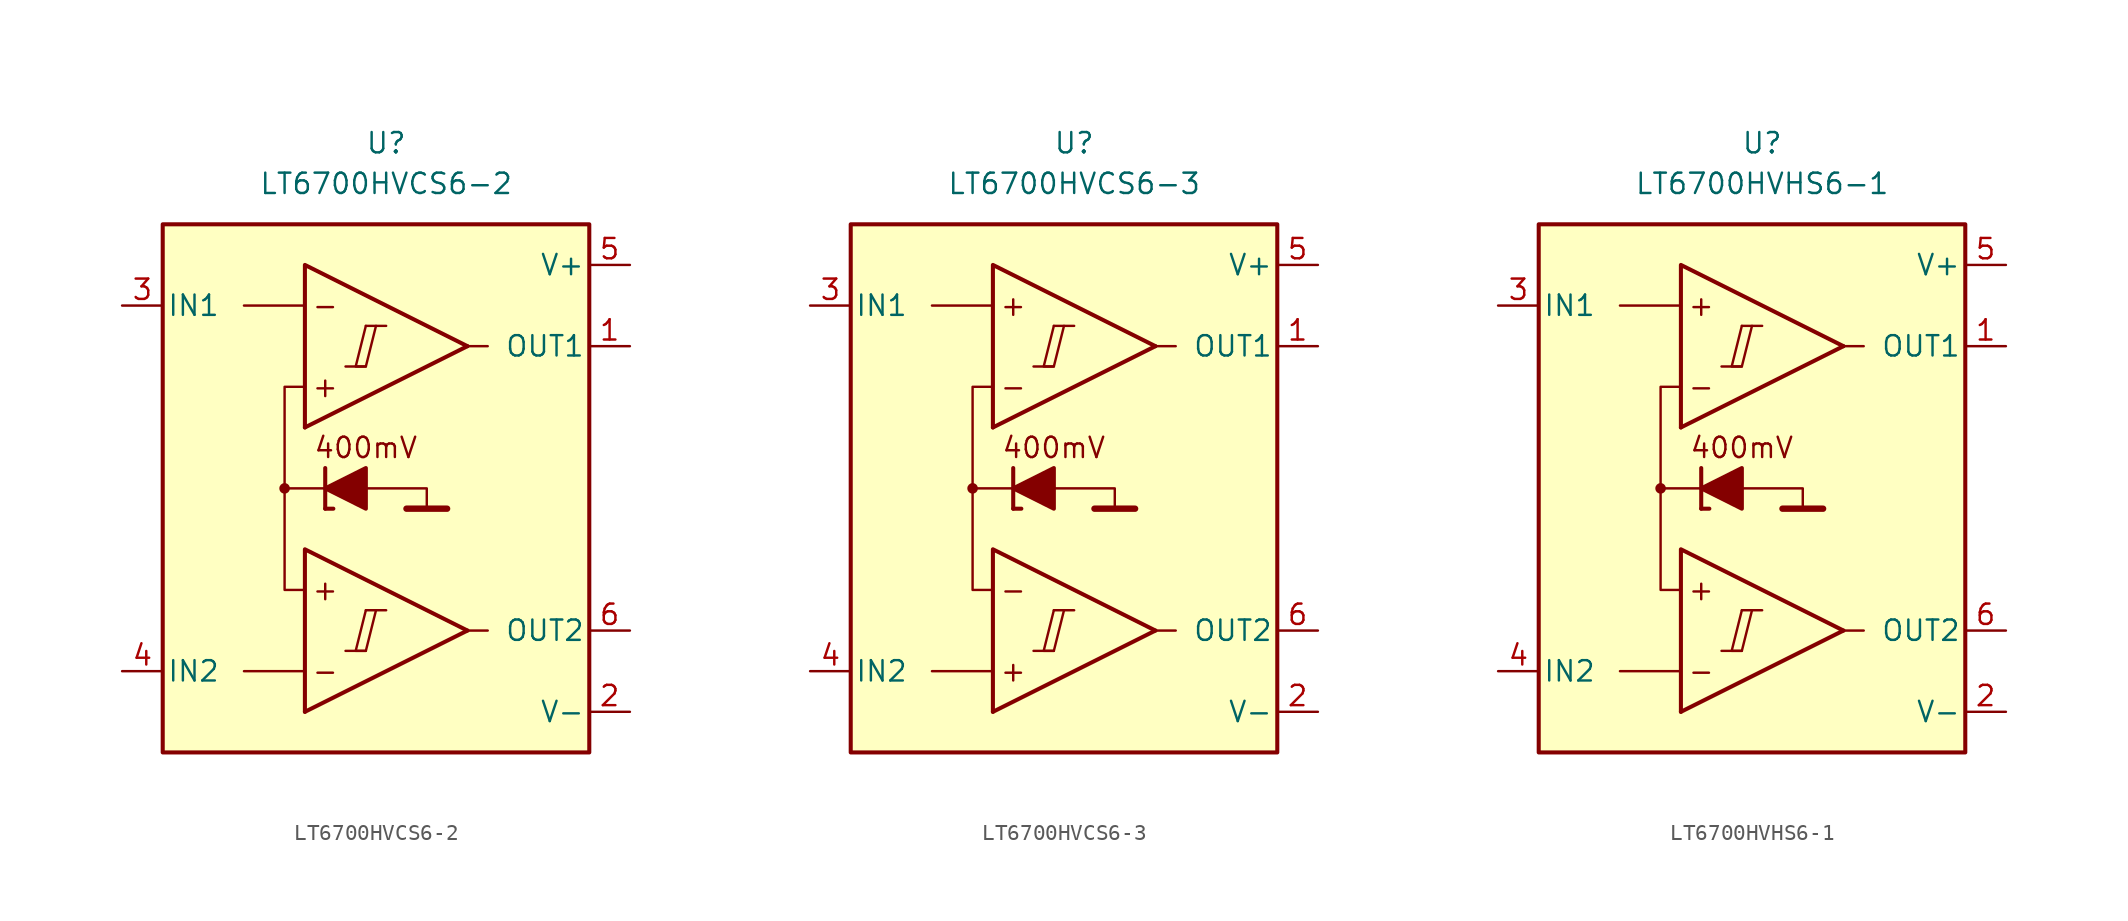
<source format=kicad_sym>
(kicad_symbol_lib
  (version 20231120)
  (generator "kicad_symbol_editor")
  (generator_version "8.0")
  (symbol "LT6700HVCS6-2"
    (pin_names
      (offset 0.254))
    (property "Reference" "U"
      (at 0 22.86 0)
      (effects (font (size 1.27 1.27))))
    (property "Value" "LT6700HVCS6-2"
      (at 0 20.32 0)
      (effects (font (size 1.27 1.27))))
    (symbol "LT6700HVCS6-2_0_0"
      (rectangle (start -13.97 17.78) (end 12.7 -15.24) (stroke (width 0.254) (type default)) (fill (type background)))
      (circle (center -6.35 1.27) (radius 0.254) (stroke (width 0.152) (type default)) (fill (type outline)))
      (polyline (pts (xy -2.54 -8.89) (xy -1.27 -8.89)) (stroke (width 0.152) (type default)) (fill (type none)))
      (polyline (pts (xy -2.54 8.89) (xy -1.27 8.89)) (stroke (width 0.152) (type default)) (fill (type none)))
      (polyline (pts (xy -1.27 -6.35) (xy 0 -6.35)) (stroke (width 0.152) (type default)) (fill (type none)))
      (polyline (pts (xy -1.27 11.43) (xy 0 11.43)) (stroke (width 0.152) (type default)) (fill (type none)))
      (polyline (pts (xy 5.08 -7.62) (xy -5.08 -12.7)) (stroke (width 0.254) (type default)) (fill (type none)))
      (polyline (pts (xy 5.08 10.16) (xy -5.08 5.08)) (stroke (width 0.254) (type default)) (fill (type none)))
      (polyline (pts (xy 5.08 -7.62) (xy -5.08 -2.54) (xy -5.08 -12.7)) (stroke (width 0.254) (type default)) (fill (type background)))
      (polyline (pts (xy 5.08 10.16) (xy -5.08 15.24) (xy -5.08 5.08)) (stroke (width 0.254) (type default)) (fill (type background)))
      (polyline (pts (xy -1.27 -6.35) (xy -1.905 -8.89) (xy -1.27 -8.89) (xy -0.635 -6.35)) (stroke (width 0.152) (type default)) (fill (type none)))
      (polyline (pts (xy -1.27 11.43) (xy -1.905 8.89) (xy -1.27 8.89) (xy -0.635 11.43)) (stroke (width 0.152) (type default)) (fill (type none)))
      (text "+" (at -3.81 -5.08 0) (effects (font (size 1.27 1.27))))
      (text "+" (at -3.81 7.62 0) (effects (font (size 1.27 1.27))))
      (text "-" (at -3.81 -10.16 0) (effects (font (size 1.27 1.27))))
      (text "-" (at -3.81 12.7 0) (effects (font (size 1.27 1.27)))))
    (symbol "LT6700HVCS6-2_0_1"
      (polyline (pts (xy -5.08 -10.16) (xy -8.89 -10.16)) (stroke (width 0) (type default)) (fill (type none)))
      (polyline (pts (xy -5.08 12.7) (xy -8.89 12.7)) (stroke (width 0) (type default)) (fill (type none)))
      (polyline (pts (xy -3.81 0) (xy -3.81 2.54)) (stroke (width 0.254) (type default)) (fill (type none)))
      (polyline (pts (xy -3.81 0) (xy -3.302 0)) (stroke (width 0.254) (type default)) (fill (type none)))
      (polyline (pts (xy -3.81 1.27) (xy -6.35 1.27)) (stroke (width 0.152) (type default)) (fill (type none)))
      (polyline (pts (xy 1.27 0) (xy 3.81 0)) (stroke (width 0.4) (type default)) (fill (type none)))
      (polyline (pts (xy 5.08 -7.62) (xy 6.35 -7.62)) (stroke (width 0) (type default)) (fill (type none)))
      (polyline (pts (xy 5.08 10.16) (xy 6.35 10.16)) (stroke (width 0) (type default)) (fill (type none)))
      (polyline (pts (xy -1.27 1.27) (xy 2.54 1.27) (xy 2.54 0)) (stroke (width 0.152) (type default)) (fill (type none)))
      (polyline (pts (xy -5.08 -5.08) (xy -6.35 -5.08) (xy -6.35 7.62) (xy -5.08 7.62)) (stroke (width 0.152) (type default)) (fill (type none)))
      (polyline (pts (xy -1.27 2.54) (xy -1.27 0) (xy -3.81 1.27) (xy -1.27 2.54)) (stroke (width 0.254) (type default)) (fill (type outline))))
    (symbol "LT6700HVCS6-2_1_0"
      (text "400mV" (at -1.27 3.81 0) (effects (font (size 1.27 1.27)))))
    (symbol "LT6700HVCS6-2_1_1"
      (pin output line (at 15.24 10.16 180) (length 2.54) (name "OUT1" (effects (font (size 1.27 1.27)))) (number "1" (effects (font (size 1.27 1.27)))))
      (pin power_in line (at 15.24 -12.7 180) (length 2.54) (name "V-" (effects (font (size 1.27 1.27)))) (number "2" (effects (font (size 1.27 1.27)))))
      (pin input line (at -16.51 12.7 0) (length 2.54) (name "IN1" (effects (font (size 1.27 1.27)))) (number "3" (effects (font (size 1.27 1.27)))))
      (pin input line (at -16.51 -10.16 0) (length 2.54) (name "IN2" (effects (font (size 1.27 1.27)))) (number "4" (effects (font (size 1.27 1.27)))))
      (pin power_in line (at 15.24 15.24 180) (length 2.54) (name "V+" (effects (font (size 1.27 1.27)))) (number "5" (effects (font (size 1.27 1.27)))))
      (pin output line (at 15.24 -7.62 180) (length 2.54) (name "OUT2" (effects (font (size 1.27 1.27)))) (number "6" (effects (font (size 1.27 1.27)))))))
  (symbol "LT6700HVCS6-3"
    (pin_names
      (offset 0.254))
    (property "Reference" "U"
      (at 0 22.86 0)
      (effects (font (size 1.27 1.27))))
    (property "Value" "LT6700HVCS6-3"
      (at 0 20.32 0)
      (effects (font (size 1.27 1.27))))
    (symbol "LT6700HVCS6-3_0_0"
      (rectangle (start -13.97 17.78) (end 12.7 -15.24) (stroke (width 0.254) (type default)) (fill (type background)))
      (circle (center -6.35 1.27) (radius 0.254) (stroke (width 0.152) (type default)) (fill (type outline)))
      (polyline (pts (xy -2.54 -8.89) (xy -1.27 -8.89)) (stroke (width 0.152) (type default)) (fill (type none)))
      (polyline (pts (xy -2.54 8.89) (xy -1.27 8.89)) (stroke (width 0.152) (type default)) (fill (type none)))
      (polyline (pts (xy -1.27 -6.35) (xy 0 -6.35)) (stroke (width 0.152) (type default)) (fill (type none)))
      (polyline (pts (xy -1.27 11.43) (xy 0 11.43)) (stroke (width 0.152) (type default)) (fill (type none)))
      (polyline (pts (xy 5.08 -7.62) (xy -5.08 -12.7)) (stroke (width 0.254) (type default)) (fill (type none)))
      (polyline (pts (xy 5.08 10.16) (xy -5.08 5.08)) (stroke (width 0.254) (type default)) (fill (type none)))
      (polyline (pts (xy 5.08 -7.62) (xy -5.08 -2.54) (xy -5.08 -12.7)) (stroke (width 0.254) (type default)) (fill (type background)))
      (polyline (pts (xy 5.08 10.16) (xy -5.08 15.24) (xy -5.08 5.08)) (stroke (width 0.254) (type default)) (fill (type background)))
      (polyline (pts (xy -1.27 -6.35) (xy -1.905 -8.89) (xy -1.27 -8.89) (xy -0.635 -6.35)) (stroke (width 0.152) (type default)) (fill (type none)))
      (polyline (pts (xy -1.27 11.43) (xy -1.905 8.89) (xy -1.27 8.89) (xy -0.635 11.43)) (stroke (width 0.152) (type default)) (fill (type none)))
      (text "+" (at -3.81 -10.16 0) (effects (font (size 1.27 1.27))))
      (text "+" (at -3.81 12.7 0) (effects (font (size 1.27 1.27))))
      (text "-" (at -3.81 -5.08 0) (effects (font (size 1.27 1.27))))
      (text "-" (at -3.81 7.62 0) (effects (font (size 1.27 1.27)))))
    (symbol "LT6700HVCS6-3_0_1"
      (polyline (pts (xy -5.08 -10.16) (xy -8.89 -10.16)) (stroke (width 0) (type default)) (fill (type none)))
      (polyline (pts (xy -5.08 12.7) (xy -8.89 12.7)) (stroke (width 0) (type default)) (fill (type none)))
      (polyline (pts (xy -3.81 0) (xy -3.81 2.54)) (stroke (width 0.254) (type default)) (fill (type none)))
      (polyline (pts (xy -3.81 0) (xy -3.302 0)) (stroke (width 0.254) (type default)) (fill (type none)))
      (polyline (pts (xy -3.81 1.27) (xy -6.35 1.27)) (stroke (width 0.152) (type default)) (fill (type none)))
      (polyline (pts (xy 1.27 0) (xy 3.81 0)) (stroke (width 0.4) (type default)) (fill (type none)))
      (polyline (pts (xy 5.08 -7.62) (xy 6.35 -7.62)) (stroke (width 0) (type default)) (fill (type none)))
      (polyline (pts (xy 5.08 10.16) (xy 6.35 10.16)) (stroke (width 0) (type default)) (fill (type none)))
      (polyline (pts (xy -1.27 1.27) (xy 2.54 1.27) (xy 2.54 0)) (stroke (width 0.152) (type default)) (fill (type none)))
      (polyline (pts (xy -5.08 -5.08) (xy -6.35 -5.08) (xy -6.35 7.62) (xy -5.08 7.62)) (stroke (width 0.152) (type default)) (fill (type none)))
      (polyline (pts (xy -1.27 2.54) (xy -1.27 0) (xy -3.81 1.27) (xy -1.27 2.54)) (stroke (width 0.254) (type default)) (fill (type outline))))
    (symbol "LT6700HVCS6-3_1_0"
      (text "400mV" (at -1.27 3.81 0) (effects (font (size 1.27 1.27)))))
    (symbol "LT6700HVCS6-3_1_1"
      (pin output line (at 15.24 10.16 180) (length 2.54) (name "OUT1" (effects (font (size 1.27 1.27)))) (number "1" (effects (font (size 1.27 1.27)))))
      (pin power_in line (at 15.24 -12.7 180) (length 2.54) (name "V-" (effects (font (size 1.27 1.27)))) (number "2" (effects (font (size 1.27 1.27)))))
      (pin input line (at -16.51 12.7 0) (length 2.54) (name "IN1" (effects (font (size 1.27 1.27)))) (number "3" (effects (font (size 1.27 1.27)))))
      (pin input line (at -16.51 -10.16 0) (length 2.54) (name "IN2" (effects (font (size 1.27 1.27)))) (number "4" (effects (font (size 1.27 1.27)))))
      (pin power_in line (at 15.24 15.24 180) (length 2.54) (name "V+" (effects (font (size 1.27 1.27)))) (number "5" (effects (font (size 1.27 1.27)))))
      (pin output line (at 15.24 -7.62 180) (length 2.54) (name "OUT2" (effects (font (size 1.27 1.27)))) (number "6" (effects (font (size 1.27 1.27)))))))
  (symbol "LT6700HVHS6-1"
    (pin_names
      (offset 0.254))
    (property "Reference" "U"
      (at 0 22.86 0)
      (effects (font (size 1.27 1.27))))
    (property "Value" "LT6700HVHS6-1"
      (at 0 20.32 0)
      (effects (font (size 1.27 1.27))))
    (symbol "LT6700HVHS6-1_0_0"
      (rectangle (start -13.97 17.78) (end 12.7 -15.24) (stroke (width 0.254) (type default)) (fill (type background)))
      (circle (center -6.35 1.27) (radius 0.254) (stroke (width 0.152) (type default)) (fill (type outline)))
      (polyline (pts (xy -2.54 -8.89) (xy -1.27 -8.89)) (stroke (width 0.152) (type default)) (fill (type none)))
      (polyline (pts (xy -2.54 8.89) (xy -1.27 8.89)) (stroke (width 0.152) (type default)) (fill (type none)))
      (polyline (pts (xy -1.27 -6.35) (xy 0 -6.35)) (stroke (width 0.152) (type default)) (fill (type none)))
      (polyline (pts (xy -1.27 11.43) (xy 0 11.43)) (stroke (width 0.152) (type default)) (fill (type none)))
      (polyline (pts (xy 5.08 -7.62) (xy -5.08 -12.7)) (stroke (width 0.254) (type default)) (fill (type none)))
      (polyline (pts (xy 5.08 10.16) (xy -5.08 5.08)) (stroke (width 0.254) (type default)) (fill (type none)))
      (polyline (pts (xy 5.08 -7.62) (xy -5.08 -2.54) (xy -5.08 -12.7)) (stroke (width 0.254) (type default)) (fill (type background)))
      (polyline (pts (xy 5.08 10.16) (xy -5.08 15.24) (xy -5.08 5.08)) (stroke (width 0.254) (type default)) (fill (type background)))
      (polyline (pts (xy -1.27 -6.35) (xy -1.905 -8.89) (xy -1.27 -8.89) (xy -0.635 -6.35)) (stroke (width 0.152) (type default)) (fill (type none)))
      (polyline (pts (xy -1.27 11.43) (xy -1.905 8.89) (xy -1.27 8.89) (xy -0.635 11.43)) (stroke (width 0.152) (type default)) (fill (type none)))
      (text "+" (at -3.81 -5.08 0) (effects (font (size 1.27 1.27))))
      (text "+" (at -3.81 12.7 0) (effects (font (size 1.27 1.27))))
      (text "-" (at -3.81 -10.16 0) (effects (font (size 1.27 1.27))))
      (text "-" (at -3.81 7.62 0) (effects (font (size 1.27 1.27)))))
    (symbol "LT6700HVHS6-1_0_1"
      (polyline (pts (xy -5.08 -10.16) (xy -8.89 -10.16)) (stroke (width 0) (type default)) (fill (type none)))
      (polyline (pts (xy -5.08 12.7) (xy -8.89 12.7)) (stroke (width 0) (type default)) (fill (type none)))
      (polyline (pts (xy -3.81 0) (xy -3.81 2.54)) (stroke (width 0.254) (type default)) (fill (type none)))
      (polyline (pts (xy -3.81 0) (xy -3.302 0)) (stroke (width 0.254) (type default)) (fill (type none)))
      (polyline (pts (xy -3.81 1.27) (xy -6.35 1.27)) (stroke (width 0.152) (type default)) (fill (type none)))
      (polyline (pts (xy 1.27 0) (xy 3.81 0)) (stroke (width 0.4) (type default)) (fill (type none)))
      (polyline (pts (xy 5.08 -7.62) (xy 6.35 -7.62)) (stroke (width 0) (type default)) (fill (type none)))
      (polyline (pts (xy 5.08 10.16) (xy 6.35 10.16)) (stroke (width 0) (type default)) (fill (type none)))
      (polyline (pts (xy -1.27 1.27) (xy 2.54 1.27) (xy 2.54 0)) (stroke (width 0.152) (type default)) (fill (type none)))
      (polyline (pts (xy -5.08 -5.08) (xy -6.35 -5.08) (xy -6.35 7.62) (xy -5.08 7.62)) (stroke (width 0.152) (type default)) (fill (type none)))
      (polyline (pts (xy -1.27 2.54) (xy -1.27 0) (xy -3.81 1.27) (xy -1.27 2.54)) (stroke (width 0.254) (type default)) (fill (type outline))))
    (symbol "LT6700HVHS6-1_1_0"
      (text "400mV" (at -1.27 3.81 0) (effects (font (size 1.27 1.27)))))
    (symbol "LT6700HVHS6-1_1_1"
      (pin output line (at 15.24 10.16 180) (length 2.54) (name "OUT1" (effects (font (size 1.27 1.27)))) (number "1" (effects (font (size 1.27 1.27)))))
      (pin power_in line (at 15.24 -12.7 180) (length 2.54) (name "V-" (effects (font (size 1.27 1.27)))) (number "2" (effects (font (size 1.27 1.27)))))
      (pin input line (at -16.51 12.7 0) (length 2.54) (name "IN1" (effects (font (size 1.27 1.27)))) (number "3" (effects (font (size 1.27 1.27)))))
      (pin input line (at -16.51 -10.16 0) (length 2.54) (name "IN2" (effects (font (size 1.27 1.27)))) (number "4" (effects (font (size 1.27 1.27)))))
      (pin power_in line (at 15.24 15.24 180) (length 2.54) (name "V+" (effects (font (size 1.27 1.27)))) (number "5" (effects (font (size 1.27 1.27)))))
      (pin output line (at 15.24 -7.62 180) (length 2.54) (name "OUT2" (effects (font (size 1.27 1.27)))) (number "6" (effects (font (size 1.27 1.27))))))))
</source>
